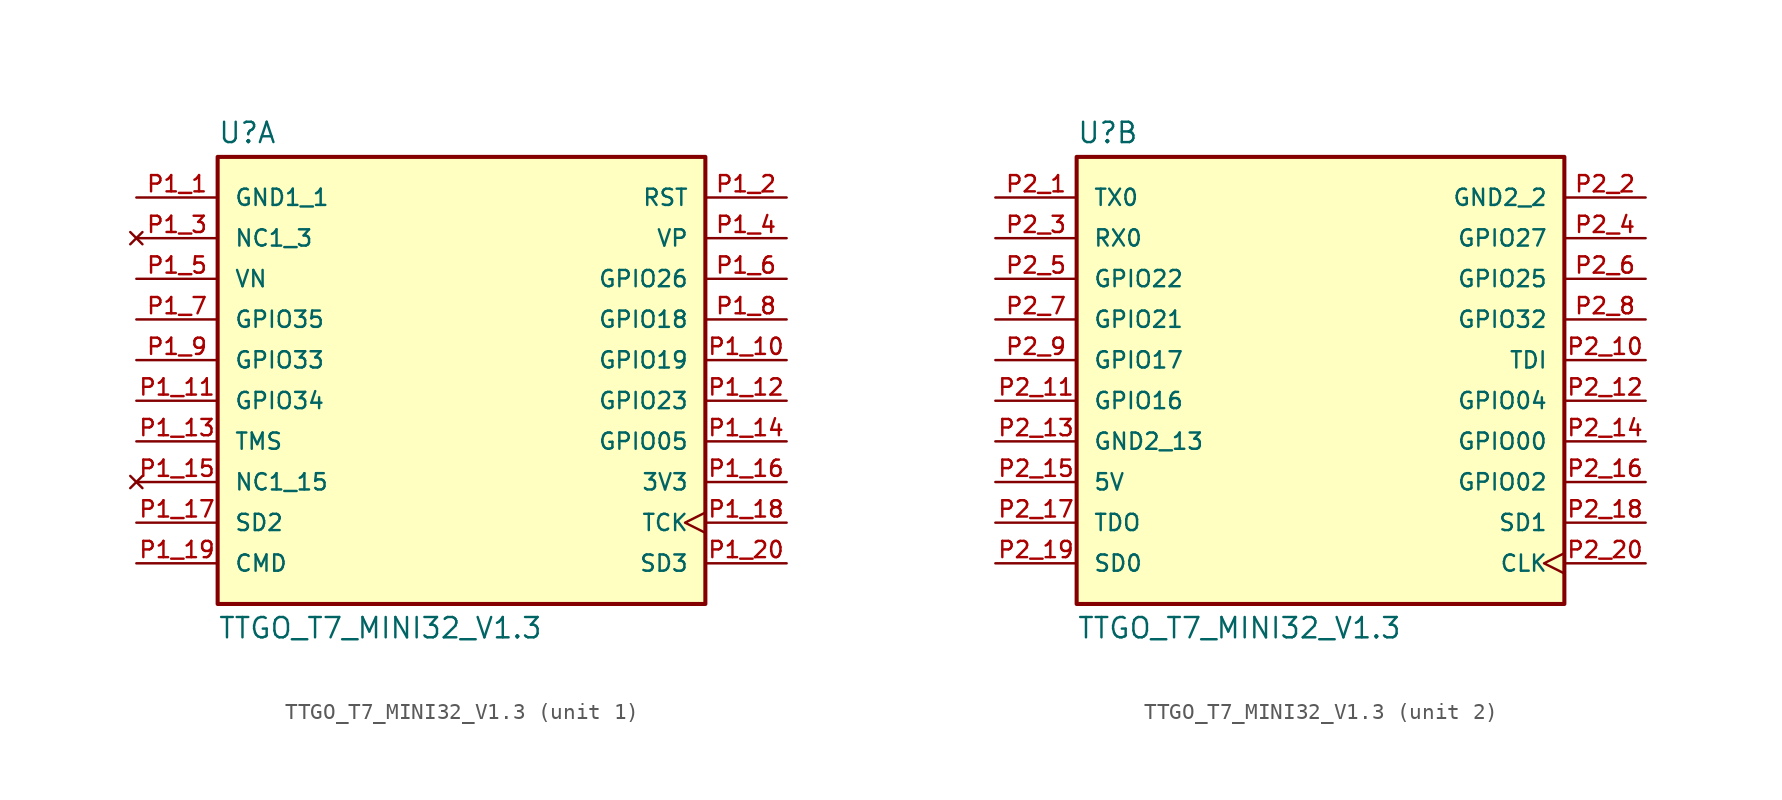
<source format=kicad_sym>
(kicad_symbol_lib
  (version 20231120)
  (generator "kicad_symbol_editor")
  (generator_version "8.99")
  (symbol "TTGO_T7_MINI32_V1.3"
    (pin_names
      (offset 1.016))
    (property "Reference" "U"
      (at -15.24 13.462 0)
      (effects (font (size 1.27 1.27)) (justify left bottom)))
    (property "Value" "TTGO_T7_MINI32_V1.3"
      (at -15.24 -16.002 0)
      (effects (font (size 1.27 1.27)) (justify left top)))
    (symbol "TTGO_T7_MINI32_V1.3_1_0"
      (rectangle (start -15.24 12.7) (end 15.24 -15.24) (stroke (width 0.254) (type default)) (fill (type background)))
      (pin power_in line (at -20.32 10.16 0) (length 5.08) (name "GND1_1" (effects (font (size 1.016 1.016)))) (number "P1_1" (effects (font (size 1.016 1.016)))))
      (pin bidirectional line (at 20.32 0 180) (length 5.08) (name "GPIO19" (effects (font (size 1.016 1.016)))) (number "P1_10" (effects (font (size 1.016 1.016)))))
      (pin bidirectional line (at -20.32 -2.54 0) (length 5.08) (name "GPIO34" (effects (font (size 1.016 1.016)))) (number "P1_11" (effects (font (size 1.016 1.016)))))
      (pin bidirectional line (at 20.32 -2.54 180) (length 5.08) (name "GPIO23" (effects (font (size 1.016 1.016)))) (number "P1_12" (effects (font (size 1.016 1.016)))))
      (pin bidirectional line (at -20.32 -5.08 0) (length 5.08) (name "TMS" (effects (font (size 1.016 1.016)))) (number "P1_13" (effects (font (size 1.016 1.016)))))
      (pin bidirectional line (at 20.32 -5.08 180) (length 5.08) (name "GPIO05" (effects (font (size 1.016 1.016)))) (number "P1_14" (effects (font (size 1.016 1.016)))))
      (pin no_connect line (at -20.32 -7.62 0) (length 5.08) (name "NC1_15" (effects (font (size 1.016 1.016)))) (number "P1_15" (effects (font (size 1.016 1.016)))))
      (pin power_in line (at 20.32 -7.62 180) (length 5.08) (name "3V3" (effects (font (size 1.016 1.016)))) (number "P1_16" (effects (font (size 1.016 1.016)))))
      (pin bidirectional line (at -20.32 -10.16 0) (length 5.08) (name "SD2" (effects (font (size 1.016 1.016)))) (number "P1_17" (effects (font (size 1.016 1.016)))))
      (pin input clock (at 20.32 -10.16 180) (length 5.08) (name "TCK" (effects (font (size 1.016 1.016)))) (number "P1_18" (effects (font (size 1.016 1.016)))))
      (pin bidirectional line (at -20.32 -12.7 0) (length 5.08) (name "CMD" (effects (font (size 1.016 1.016)))) (number "P1_19" (effects (font (size 1.016 1.016)))))
      (pin input line (at 20.32 10.16 180) (length 5.08) (name "RST" (effects (font (size 1.016 1.016)))) (number "P1_2" (effects (font (size 1.016 1.016)))))
      (pin bidirectional line (at 20.32 -12.7 180) (length 5.08) (name "SD3" (effects (font (size 1.016 1.016)))) (number "P1_20" (effects (font (size 1.016 1.016)))))
      (pin no_connect line (at -20.32 7.62 0) (length 5.08) (name "NC1_3" (effects (font (size 1.016 1.016)))) (number "P1_3" (effects (font (size 1.016 1.016)))))
      (pin bidirectional line (at 20.32 7.62 180) (length 5.08) (name "VP" (effects (font (size 1.016 1.016)))) (number "P1_4" (effects (font (size 1.016 1.016)))))
      (pin bidirectional line (at -20.32 5.08 0) (length 5.08) (name "VN" (effects (font (size 1.016 1.016)))) (number "P1_5" (effects (font (size 1.016 1.016)))))
      (pin bidirectional line (at 20.32 5.08 180) (length 5.08) (name "GPIO26" (effects (font (size 1.016 1.016)))) (number "P1_6" (effects (font (size 1.016 1.016)))))
      (pin bidirectional line (at -20.32 2.54 0) (length 5.08) (name "GPIO35" (effects (font (size 1.016 1.016)))) (number "P1_7" (effects (font (size 1.016 1.016)))))
      (pin bidirectional line (at 20.32 2.54 180) (length 5.08) (name "GPIO18" (effects (font (size 1.016 1.016)))) (number "P1_8" (effects (font (size 1.016 1.016)))))
      (pin bidirectional line (at -20.32 0 0) (length 5.08) (name "GPIO33" (effects (font (size 1.016 1.016)))) (number "P1_9" (effects (font (size 1.016 1.016))))))
    (symbol "TTGO_T7_MINI32_V1.3_2_0"
      (rectangle (start -15.24 -15.24) (end 15.24 12.7) (stroke (width 0.254) (type default)) (fill (type background)))
      (pin bidirectional line (at -20.32 10.16 0) (length 5.08) (name "TX0" (effects (font (size 1.016 1.016)))) (number "P2_1" (effects (font (size 1.016 1.016)))))
      (pin input line (at 20.32 0 180) (length 5.08) (name "TDI" (effects (font (size 1.016 1.016)))) (number "P2_10" (effects (font (size 1.016 1.016)))))
      (pin bidirectional line (at -20.32 -2.54 0) (length 5.08) (name "GPIO16" (effects (font (size 1.016 1.016)))) (number "P2_11" (effects (font (size 1.016 1.016)))))
      (pin bidirectional line (at 20.32 -2.54 180) (length 5.08) (name "GPIO04" (effects (font (size 1.016 1.016)))) (number "P2_12" (effects (font (size 1.016 1.016)))))
      (pin power_in line (at -20.32 -5.08 0) (length 5.08) (name "GND2_13" (effects (font (size 1.016 1.016)))) (number "P2_13" (effects (font (size 1.016 1.016)))))
      (pin bidirectional line (at 20.32 -5.08 180) (length 5.08) (name "GPIO00" (effects (font (size 1.016 1.016)))) (number "P2_14" (effects (font (size 1.016 1.016)))))
      (pin power_in line (at -20.32 -7.62 0) (length 5.08) (name "5V" (effects (font (size 1.016 1.016)))) (number "P2_15" (effects (font (size 1.016 1.016)))))
      (pin bidirectional line (at 20.32 -7.62 180) (length 5.08) (name "GPIO02" (effects (font (size 1.016 1.016)))) (number "P2_16" (effects (font (size 1.016 1.016)))))
      (pin output line (at -20.32 -10.16 0) (length 5.08) (name "TDO" (effects (font (size 1.016 1.016)))) (number "P2_17" (effects (font (size 1.016 1.016)))))
      (pin bidirectional line (at 20.32 -10.16 180) (length 5.08) (name "SD1" (effects (font (size 1.016 1.016)))) (number "P2_18" (effects (font (size 1.016 1.016)))))
      (pin bidirectional line (at -20.32 -12.7 0) (length 5.08) (name "SD0" (effects (font (size 1.016 1.016)))) (number "P2_19" (effects (font (size 1.016 1.016)))))
      (pin power_in line (at 20.32 10.16 180) (length 5.08) (name "GND2_2" (effects (font (size 1.016 1.016)))) (number "P2_2" (effects (font (size 1.016 1.016)))))
      (pin bidirectional clock (at 20.32 -12.7 180) (length 5.08) (name "CLK" (effects (font (size 1.016 1.016)))) (number "P2_20" (effects (font (size 1.016 1.016)))))
      (pin bidirectional line (at -20.32 7.62 0) (length 5.08) (name "RX0" (effects (font (size 1.016 1.016)))) (number "P2_3" (effects (font (size 1.016 1.016)))))
      (pin bidirectional line (at 20.32 7.62 180) (length 5.08) (name "GPIO27" (effects (font (size 1.016 1.016)))) (number "P2_4" (effects (font (size 1.016 1.016)))))
      (pin bidirectional line (at -20.32 5.08 0) (length 5.08) (name "GPIO22" (effects (font (size 1.016 1.016)))) (number "P2_5" (effects (font (size 1.016 1.016)))))
      (pin bidirectional line (at 20.32 5.08 180) (length 5.08) (name "GPIO25" (effects (font (size 1.016 1.016)))) (number "P2_6" (effects (font (size 1.016 1.016)))))
      (pin bidirectional line (at -20.32 2.54 0) (length 5.08) (name "GPIO21" (effects (font (size 1.016 1.016)))) (number "P2_7" (effects (font (size 1.016 1.016)))))
      (pin bidirectional line (at 20.32 2.54 180) (length 5.08) (name "GPIO32" (effects (font (size 1.016 1.016)))) (number "P2_8" (effects (font (size 1.016 1.016)))))
      (pin bidirectional line (at -20.32 0 0) (length 5.08) (name "GPIO17" (effects (font (size 1.016 1.016)))) (number "P2_9" (effects (font (size 1.016 1.016))))))))
</source>
